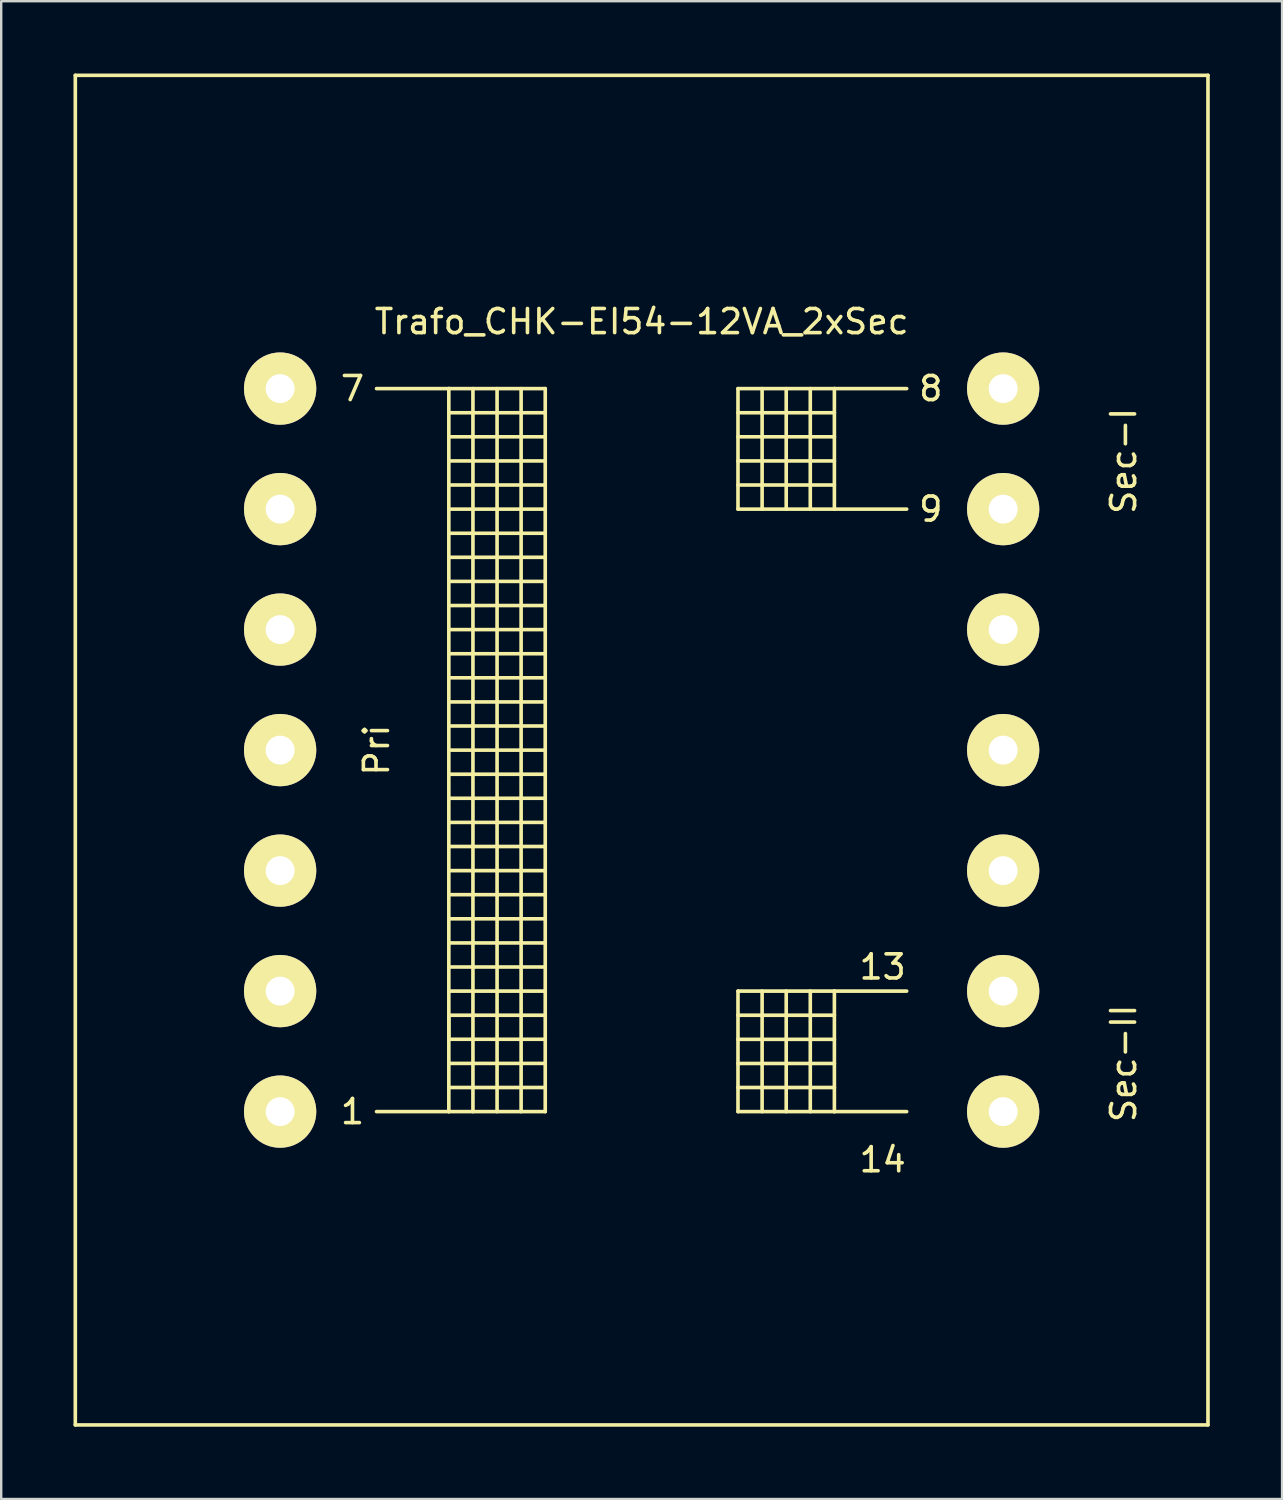
<source format=kicad_pcb>
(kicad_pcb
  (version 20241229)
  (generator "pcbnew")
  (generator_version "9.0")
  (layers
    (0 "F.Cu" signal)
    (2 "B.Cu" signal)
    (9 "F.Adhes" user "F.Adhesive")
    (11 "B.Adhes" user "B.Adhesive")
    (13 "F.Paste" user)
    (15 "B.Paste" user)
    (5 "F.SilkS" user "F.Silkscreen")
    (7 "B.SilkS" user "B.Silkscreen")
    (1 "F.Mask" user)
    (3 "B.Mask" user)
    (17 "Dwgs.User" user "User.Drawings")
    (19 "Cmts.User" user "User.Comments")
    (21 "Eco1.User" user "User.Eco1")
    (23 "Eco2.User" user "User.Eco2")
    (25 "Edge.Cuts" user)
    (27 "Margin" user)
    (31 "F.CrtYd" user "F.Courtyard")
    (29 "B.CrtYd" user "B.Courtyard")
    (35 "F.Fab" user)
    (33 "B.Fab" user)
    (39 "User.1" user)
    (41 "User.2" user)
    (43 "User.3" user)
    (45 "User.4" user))
  (footprint "Trafo_CHK-EI54-12VA_2xSec"
    (layer "F.Cu")
    (at 23.575 28.076)
    (property "Reference" "Trafo_CHK-EI54-12VA_2xSec" (at 0 -17.78 0) (layer "F.SilkS") (effects (font (size 1 1) (thickness 0.15))))
    (attr through_hole)
    (fp_line (start -23.5 -28.001) (end -23.5 28.001) (stroke (width 0.15) (type solid)) (layer "F.SilkS"))
    (fp_line (start -23.5 28.001) (end 23.5 28.001) (stroke (width 0.15) (type solid)) (layer "F.SilkS"))
    (fp_line (start -11.001 -15.001) (end -8.001 -15.001) (stroke (width 0.15) (type solid)) (layer "F.SilkS"))
    (fp_line (start -8.001 -15.001) (end -8.001 15.001) (stroke (width 0.15) (type solid)) (layer "F.SilkS"))
    (fp_line (start -8.001 -15.001) (end -4 -15.001) (stroke (width 0.15) (type solid)) (layer "F.SilkS"))
    (fp_line (start -8.001 -14) (end -4 -14) (stroke (width 0.15) (type solid)) (layer "F.SilkS"))
    (fp_line (start -8.001 -11.999) (end -4 -11.999) (stroke (width 0.15) (type solid)) (layer "F.SilkS"))
    (fp_line (start -8.001 -10) (end -4 -10) (stroke (width 0.15) (type solid)) (layer "F.SilkS"))
    (fp_line (start -8.001 -8.001) (end -4 -8.001) (stroke (width 0.15) (type solid)) (layer "F.SilkS"))
    (fp_line (start -8.001 -5.999) (end -4 -5.999) (stroke (width 0.15) (type solid)) (layer "F.SilkS"))
    (fp_line (start -8.001 -4) (end -4 -4) (stroke (width 0.15) (type solid)) (layer "F.SilkS"))
    (fp_line (start -8.001 -1.999) (end -4 -1.999) (stroke (width 0.15) (type solid)) (layer "F.SilkS"))
    (fp_line (start -8.001 0) (end -4 0) (stroke (width 0.15) (type solid)) (layer "F.SilkS"))
    (fp_line (start -8.001 1.999) (end -4 1.999) (stroke (width 0.15) (type solid)) (layer "F.SilkS"))
    (fp_line (start -8.001 4) (end -4 4) (stroke (width 0.15) (type solid)) (layer "F.SilkS"))
    (fp_line (start -8.001 5.999) (end -4 5.999) (stroke (width 0.15) (type solid)) (layer "F.SilkS"))
    (fp_line (start -8.001 8.001) (end -4 8.001) (stroke (width 0.15) (type solid)) (layer "F.SilkS"))
    (fp_line (start -8.001 10) (end -4 10) (stroke (width 0.15) (type solid)) (layer "F.SilkS"))
    (fp_line (start -8.001 11.001) (end -8.001 11.999) (stroke (width 0.15) (type solid)) (layer "F.SilkS"))
    (fp_line (start -8.001 11.999) (end -4 11.999) (stroke (width 0.15) (type solid)) (layer "F.SilkS"))
    (fp_line (start -8.001 14) (end -4 14) (stroke (width 0.15) (type solid)) (layer "F.SilkS"))
    (fp_line (start -8.001 15.001) (end -11.001 15.001) (stroke (width 0.15) (type solid)) (layer "F.SilkS"))
    (fp_line (start -7 -15.001) (end -7 15.001) (stroke (width 0.15) (type solid)) (layer "F.SilkS"))
    (fp_line (start -5.999 -15.001) (end -5.999 15.001) (stroke (width 0.15) (type solid)) (layer "F.SilkS"))
    (fp_line (start -5.001 3) (end -8.001 3) (stroke (width 0.15) (type solid)) (layer "F.SilkS"))
    (fp_line (start -5.001 3) (end -4 3) (stroke (width 0.15) (type solid)) (layer "F.SilkS"))
    (fp_line (start -5.001 15.001) (end -5.001 -15.001) (stroke (width 0.15) (type solid)) (layer "F.SilkS"))
    (fp_line (start -4 -15.001) (end -4 15.001) (stroke (width 0.15) (type solid)) (layer "F.SilkS"))
    (fp_line (start -4 -13) (end -8.001 -13) (stroke (width 0.15) (type solid)) (layer "F.SilkS"))
    (fp_line (start -4 -11.001) (end -8.001 -11.001) (stroke (width 0.15) (type solid)) (layer "F.SilkS"))
    (fp_line (start -4 -8.999) (end -8.001 -8.999) (stroke (width 0.15) (type solid)) (layer "F.SilkS"))
    (fp_line (start -4 -7) (end -8.001 -7) (stroke (width 0.15) (type solid)) (layer "F.SilkS"))
    (fp_line (start -4 -5.001) (end -8.001 -5.001) (stroke (width 0.15) (type solid)) (layer "F.SilkS"))
    (fp_line (start -4 -3) (end -8.001 -3) (stroke (width 0.15) (type solid)) (layer "F.SilkS"))
    (fp_line (start -4 -1.001) (end -8.001 -1.001) (stroke (width 0.15) (type solid)) (layer "F.SilkS"))
    (fp_line (start -4 1.001) (end -8.001 1.001) (stroke (width 0.15) (type solid)) (layer "F.SilkS"))
    (fp_line (start -4 5.001) (end -8.001 5.001) (stroke (width 0.15) (type solid)) (layer "F.SilkS"))
    (fp_line (start -4 7) (end -8.001 7) (stroke (width 0.15) (type solid)) (layer "F.SilkS"))
    (fp_line (start -4 8.999) (end -8.001 8.999) (stroke (width 0.15) (type solid)) (layer "F.SilkS"))
    (fp_line (start -4 11.001) (end -8.001 11.001) (stroke (width 0.15) (type solid)) (layer "F.SilkS"))
    (fp_line (start -4 13) (end -8.001 13) (stroke (width 0.15) (type solid)) (layer "F.SilkS"))
    (fp_line (start -4 15.001) (end -8.001 15.001) (stroke (width 0.15) (type solid)) (layer "F.SilkS"))
    (fp_line (start 3.998 -15.001) (end 3.998 -10) (stroke (width 0.15) (type solid)) (layer "F.SilkS"))
    (fp_line (start 3.998 -14) (end 7.998 -14) (stroke (width 0.15) (type solid)) (layer "F.SilkS"))
    (fp_line (start 3.998 -11.999) (end 7.998 -11.999) (stroke (width 0.15) (type solid)) (layer "F.SilkS"))
    (fp_line (start 3.998 -10) (end 7.998 -10) (stroke (width 0.15) (type solid)) (layer "F.SilkS"))
    (fp_line (start 3.998 10) (end 3.998 15.001) (stroke (width 0.15) (type solid)) (layer "F.SilkS"))
    (fp_line (start 3.998 11.001) (end 7.998 11.001) (stroke (width 0.15) (type solid)) (layer "F.SilkS"))
    (fp_line (start 3.998 13.002) (end 7.998 13.002) (stroke (width 0.15) (type solid)) (layer "F.SilkS"))
    (fp_line (start 3.998 15.001) (end 7.998 15.001) (stroke (width 0.15) (type solid)) (layer "F.SilkS"))
    (fp_line (start 4.999 -15.001) (end 4.999 -10) (stroke (width 0.15) (type solid)) (layer "F.SilkS"))
    (fp_line (start 4.999 10) (end 4.999 15.001) (stroke (width 0.15) (type solid)) (layer "F.SilkS"))
    (fp_line (start 5.999 -15.001) (end 5.999 -10) (stroke (width 0.15) (type solid)) (layer "F.SilkS"))
    (fp_line (start 5.999 10) (end 5.999 15.001) (stroke (width 0.15) (type solid)) (layer "F.SilkS"))
    (fp_line (start 6.998 -15.001) (end 6.998 -10) (stroke (width 0.15) (type solid)) (layer "F.SilkS"))
    (fp_line (start 6.998 10) (end 6.998 15.001) (stroke (width 0.15) (type solid)) (layer "F.SilkS"))
    (fp_line (start 7.998 -15.001) (end 3.998 -15.001) (stroke (width 0.15) (type solid)) (layer "F.SilkS"))
    (fp_line (start 7.998 -15.001) (end 7.998 -10) (stroke (width 0.15) (type solid)) (layer "F.SilkS"))
    (fp_line (start 7.998 -13) (end 3.998 -13) (stroke (width 0.15) (type solid)) (layer "F.SilkS"))
    (fp_line (start 7.998 -11.001) (end 3.998 -11.001) (stroke (width 0.15) (type solid)) (layer "F.SilkS"))
    (fp_line (start 7.998 -10) (end 10.998 -10) (stroke (width 0.15) (type solid)) (layer "F.SilkS"))
    (fp_line (start 7.998 10) (end 3.998 10) (stroke (width 0.15) (type solid)) (layer "F.SilkS"))
    (fp_line (start 7.998 10) (end 7.998 15.001) (stroke (width 0.15) (type solid)) (layer "F.SilkS"))
    (fp_line (start 7.998 12.002) (end 3.998 12.002) (stroke (width 0.15) (type solid)) (layer "F.SilkS"))
    (fp_line (start 7.998 14) (end 3.998 14) (stroke (width 0.15) (type solid)) (layer "F.SilkS"))
    (fp_line (start 7.998 15.001) (end 10.998 15.001) (stroke (width 0.15) (type solid)) (layer "F.SilkS"))
    (fp_line (start 10.998 -15.001) (end 7.998 -15.001) (stroke (width 0.15) (type solid)) (layer "F.SilkS"))
    (fp_line (start 10.998 10) (end 7.998 10) (stroke (width 0.15) (type solid)) (layer "F.SilkS"))
    (fp_line (start 23.5 -28.001) (end -23.5 -28.001) (stroke (width 0.15) (type solid)) (layer "F.SilkS"))
    (fp_line (start 23.5 28.001) (end 23.5 -28.001) (stroke (width 0.15) (type solid)) (layer "F.SilkS"))
    (fp_text user "1" (at -11.999 15.001 0) (layer "F.SilkS") (effects (font (size 1 1) (thickness 0.15))))
    (fp_text user "7" (at -11.999 -15.001 0) (layer "F.SilkS") (effects (font (size 1 1) (thickness 0.15))))
    (fp_text user "Sec-II" (at 20 13 90) (layer "F.SilkS") (effects (font (size 1 1) (thickness 0.15))))
    (fp_text user "14" (at 10 17 0) (layer "F.SilkS") (effects (font (size 1 1) (thickness 0.15))))
    (fp_text user "Pri" (at -11.001 0 90) (layer "F.SilkS") (effects (font (size 1 1) (thickness 0.15))))
    (fp_text user "8" (at 11.999 -15.001 0) (layer "F.SilkS") (effects (font (size 1 1) (thickness 0.15))))
    (fp_text user "Sec-I" (at 20 -11.999 90) (layer "F.SilkS") (effects (font (size 1 1) (thickness 0.15))))
    (fp_text user "9" (at 11.999 -10 0) (layer "F.SilkS") (effects (font (size 1 1) (thickness 0.15))))
    (fp_text user "13" (at 10 8.999 0) (layer "F.SilkS") (effects (font (size 1 1) (thickness 0.15))))
    (pad "1" thru_hole circle (at -15.001 15.001) (size 3 3) (drill 1.199) (layers "*.Cu" "*.Mask" "F.SilkS"))
    (pad "2" thru_hole circle (at -15.001 10) (size 3 3) (drill 1.199) (layers "*.Cu" "*.Mask" "F.SilkS"))
    (pad "3" thru_hole circle (at -15.001 5.001) (size 3 3) (drill 1.199) (layers "*.Cu" "*.Mask" "F.SilkS"))
    (pad "4" thru_hole circle (at -15.001 0) (size 3 3) (drill 1.199) (layers "*.Cu" "*.Mask" "F.SilkS"))
    (pad "5" thru_hole circle (at -15.001 -5.001) (size 3 3) (drill 1.199) (layers "*.Cu" "*.Mask" "F.SilkS"))
    (pad "6" thru_hole circle (at -15.001 -10) (size 3 3) (drill 1.199) (layers "*.Cu" "*.Mask" "F.SilkS"))
    (pad "7" thru_hole circle (at -15.001 -15.001) (size 3 3) (drill 1.199) (layers "*.Cu" "*.Mask" "F.SilkS"))
    (pad "8" thru_hole circle (at 15.001 -15.001) (size 3 3) (drill 1.199) (layers "*.Cu" "*.Mask" "F.SilkS"))
    (pad "9" thru_hole circle (at 15.001 -10) (size 3 3) (drill 1.199) (layers "*.Cu" "*.Mask" "F.SilkS"))
    (pad "10" thru_hole circle (at 15.001 -5.001) (size 3 3) (drill 1.199) (layers "*.Cu" "*.Mask" "F.SilkS"))
    (pad "11" thru_hole circle (at 15.001 0) (size 3 3) (drill 1.199) (layers "*.Cu" "*.Mask" "F.SilkS"))
    (pad "12" thru_hole circle (at 15.001 5.001) (size 3 3) (drill 1.199) (layers "*.Cu" "*.Mask" "F.SilkS"))
    (pad "13" thru_hole circle (at 15.001 10) (size 3 3) (drill 1.199) (layers "*.Cu" "*.Mask" "F.SilkS"))
    (pad "14" thru_hole circle (at 15.001 15.001) (size 3 3) (drill 1.199) (layers "*.Cu" "*.Mask" "F.SilkS")))
  (gr_rect
    (start -3 -3)
    (end 50.15 59.152)
    (stroke (width 0.1) (type default))
    (fill no)
    (layer "Edge.Cuts")))
</source>
